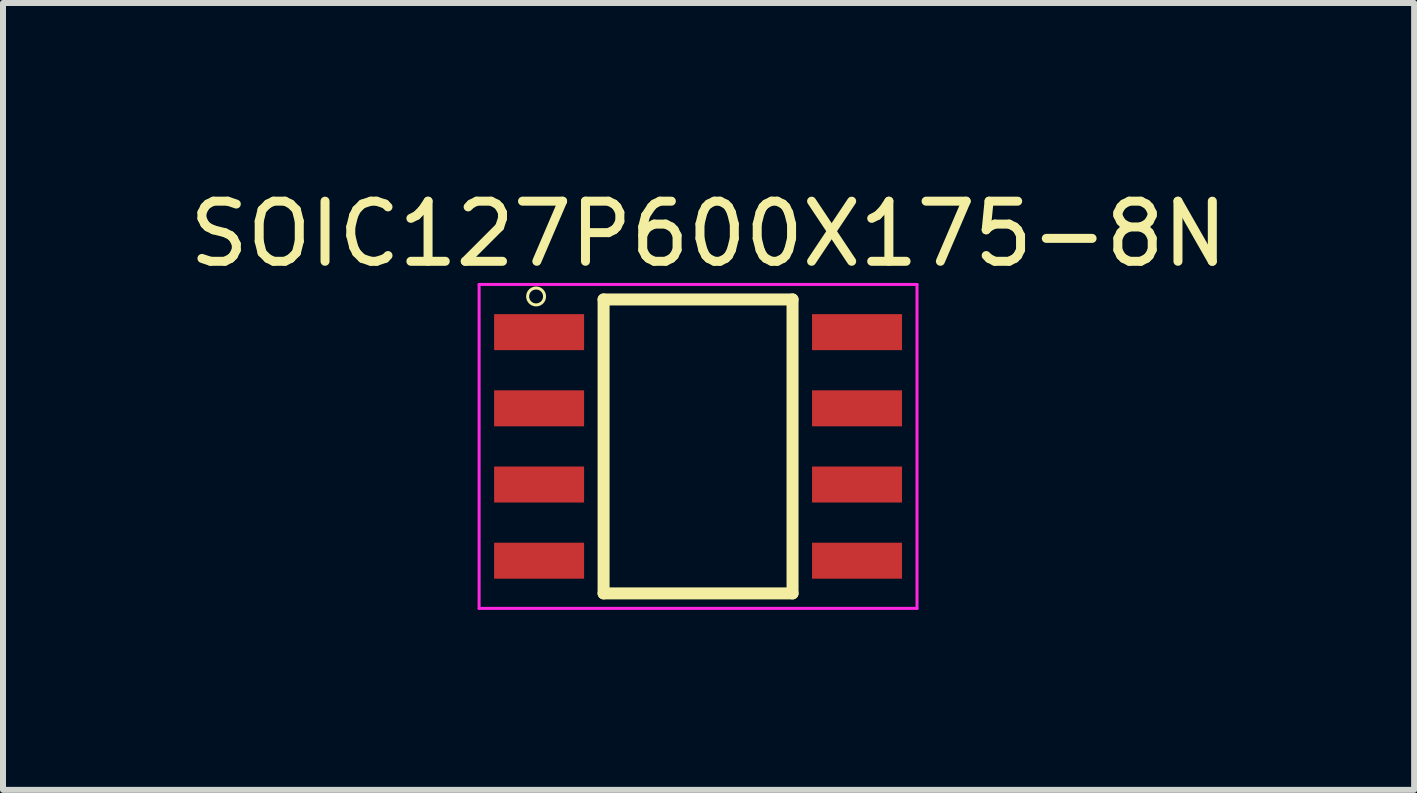
<source format=kicad_pcb>
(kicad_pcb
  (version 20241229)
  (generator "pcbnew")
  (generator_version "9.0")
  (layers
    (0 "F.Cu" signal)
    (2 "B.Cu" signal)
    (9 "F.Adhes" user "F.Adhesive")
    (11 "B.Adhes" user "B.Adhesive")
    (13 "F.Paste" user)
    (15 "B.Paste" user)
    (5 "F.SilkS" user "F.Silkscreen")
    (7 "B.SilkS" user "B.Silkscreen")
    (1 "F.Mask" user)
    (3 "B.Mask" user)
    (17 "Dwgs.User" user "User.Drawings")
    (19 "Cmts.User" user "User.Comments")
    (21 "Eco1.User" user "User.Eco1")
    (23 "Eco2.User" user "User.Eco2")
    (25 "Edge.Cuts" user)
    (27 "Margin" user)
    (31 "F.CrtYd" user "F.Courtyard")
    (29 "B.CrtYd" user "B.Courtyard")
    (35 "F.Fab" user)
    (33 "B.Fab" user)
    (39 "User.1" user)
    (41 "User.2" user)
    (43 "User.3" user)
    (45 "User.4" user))
  (footprint "SOIC127P600X175-8N"
    (layer "F.Cu")
    (at 8.587 4.392)
    (property "Reference" "SOIC127P600X175-8N" (at 0.175 -3.542 0) (layer "F.SilkS") (effects (font (size 1.002 1.002) (thickness 0.15))))
    (attr through_hole)
    (fp_line (start -1.575 -2.45) (end 1.575 -2.45) (stroke (width 0.2) (type solid)) (layer "F.SilkS"))
    (fp_line (start -1.575 2.45) (end -1.575 -2.45) (stroke (width 0.2) (type solid)) (layer "F.SilkS"))
    (fp_line (start 1.575 -2.45) (end 1.575 2.45) (stroke (width 0.2) (type solid)) (layer "F.SilkS"))
    (fp_line (start 1.575 2.45) (end -1.575 2.45) (stroke (width 0.2) (type solid)) (layer "F.SilkS"))
    (fp_circle (center -2.7 -2.5) (end -2.559 -2.5) (stroke (width 0.05) (type solid)) (fill no) (layer "F.SilkS"))
    (fp_line (start -3.65 -2.7) (end 3.65 -2.7) (stroke (width 0.05) (type solid)) (layer "F.CrtYd"))
    (fp_line (start -3.65 2.7) (end -3.65 -2.7) (stroke (width 0.05) (type solid)) (layer "F.CrtYd"))
    (fp_line (start 3.65 -2.7) (end 3.65 2.7) (stroke (width 0.05) (type solid)) (layer "F.CrtYd"))
    (fp_line (start 3.65 2.7) (end -3.65 2.7) (stroke (width 0.05) (type solid)) (layer "F.CrtYd"))
    (pad "1" smd rect (at -2.65 -1.905) (size 1.5 0.6) (layers "F.Cu" "F.Mask" "F.Paste"))
    (pad "2" smd rect (at -2.65 -0.635) (size 1.5 0.6) (layers "F.Cu" "F.Mask" "F.Paste"))
    (pad "3" smd rect (at -2.65 0.635) (size 1.5 0.6) (layers "F.Cu" "F.Mask" "F.Paste"))
    (pad "4" smd rect (at -2.65 1.905) (size 1.5 0.6) (layers "F.Cu" "F.Mask" "F.Paste"))
    (pad "5" smd rect (at 2.65 1.905) (size 1.5 0.6) (layers "F.Cu" "F.Mask" "F.Paste"))
    (pad "6" smd rect (at 2.65 0.635) (size 1.5 0.6) (layers "F.Cu" "F.Mask" "F.Paste"))
    (pad "7" smd rect (at 2.65 -0.635) (size 1.5 0.6) (layers "F.Cu" "F.Mask" "F.Paste"))
    (pad "8" smd rect (at 2.65 -1.905) (size 1.5 0.6) (layers "F.Cu" "F.Mask" "F.Paste")))
  (gr_rect
    (start -3 -3)
    (end 20.524 10.117)
    (stroke (width 0.1) (type default))
    (fill no)
    (layer "Edge.Cuts")))
</source>
